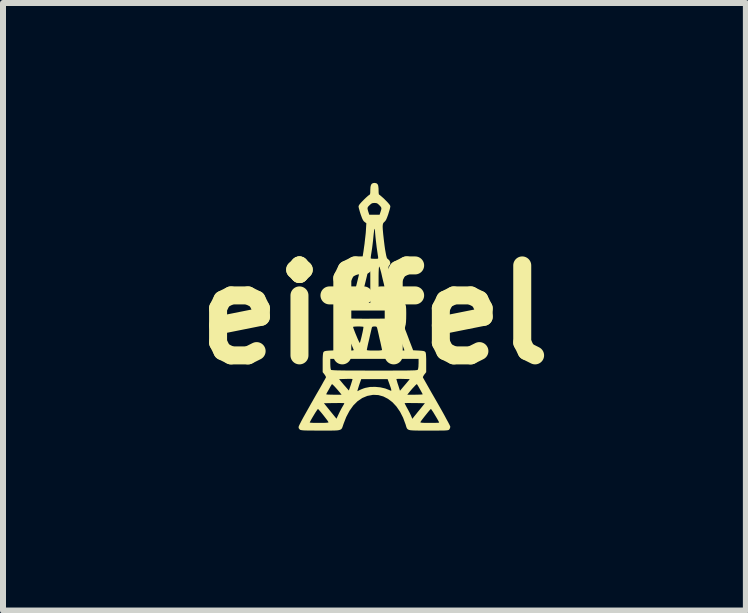
<source format=kicad_pcb>
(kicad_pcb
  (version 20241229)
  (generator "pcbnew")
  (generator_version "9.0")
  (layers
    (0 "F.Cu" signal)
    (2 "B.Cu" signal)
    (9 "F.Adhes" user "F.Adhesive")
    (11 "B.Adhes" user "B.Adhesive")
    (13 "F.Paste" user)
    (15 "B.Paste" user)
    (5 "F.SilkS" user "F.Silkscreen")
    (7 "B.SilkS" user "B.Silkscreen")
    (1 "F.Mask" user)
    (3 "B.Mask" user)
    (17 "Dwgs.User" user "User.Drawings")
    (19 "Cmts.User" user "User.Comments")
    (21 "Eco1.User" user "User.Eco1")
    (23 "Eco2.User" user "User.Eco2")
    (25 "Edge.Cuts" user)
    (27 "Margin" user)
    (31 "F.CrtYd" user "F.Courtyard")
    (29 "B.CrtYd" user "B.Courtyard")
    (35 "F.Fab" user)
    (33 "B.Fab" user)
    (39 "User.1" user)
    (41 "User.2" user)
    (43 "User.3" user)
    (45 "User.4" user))
  (footprint "eiffel"
    (layer "F.Cu")
    (at 3.193 2.197)
    (property "Reference" "eiffel" (at 0 0 0) (layer "F.SilkS") (effects (font (size 1.5 1.5) (thickness 0.3))))
    (attr board_only exclude_from_pos_files exclude_from_bom)
    (fp_poly (pts (xy 0.032 -2.192) (xy 0.051 -2.178) (xy 0.063 -2.151) (xy 0.068 -2.108) (xy 0.069 -2.077) (xy 0.07 -2.033) (xy 0.074 -2.007) (xy 0.08 -2.001) (xy 0.091 -1.994) (xy 0.112 -1.976) (xy 0.142 -1.95) (xy 0.176 -1.918) (xy 0.178 -1.915) (xy 0.218 -1.875) (xy 0.244 -1.845) (xy 0.26 -1.823) (xy 0.265 -1.807) (xy 0.265 -1.805) (xy 0.262 -1.786) (xy 0.254 -1.753) (xy 0.241 -1.711) (xy 0.23 -1.674) (xy 0.212 -1.624) (xy 0.197 -1.588) (xy 0.183 -1.565) (xy 0.169 -1.55) (xy 0.166 -1.547) (xy 0.153 -1.535) (xy 0.144 -1.52) (xy 0.139 -1.498) (xy 0.137 -1.468) (xy 0.139 -1.424) (xy 0.144 -1.366) (xy 0.147 -1.334) (xy 0.157 -1.245) (xy 0.167 -1.163) (xy 0.177 -1.091) (xy 0.188 -1.03) (xy 0.197 -0.983) (xy 0.206 -0.951) (xy 0.213 -0.937) (xy 0.213 -0.937) (xy 0.247 -0.908) (xy 0.263 -0.876) (xy 0.262 -0.844) (xy 0.247 -0.82) (xy 0.239 -0.81) (xy 0.235 -0.8) (xy 0.234 -0.786) (xy 0.237 -0.763) (xy 0.245 -0.728) (xy 0.255 -0.682) (xy 0.276 -0.592) (xy 0.301 -0.493) (xy 0.327 -0.393) (xy 0.353 -0.3) (xy 0.364 -0.262) (xy 0.383 -0.196) (xy 0.44 -0.196) (xy 0.471 -0.195) (xy 0.494 -0.192) (xy 0.51 -0.182) (xy 0.52 -0.164) (xy 0.526 -0.136) (xy 0.529 -0.094) (xy 0.53 -0.036) (xy 0.53 -0.008) (xy 0.529 0.068) (xy 0.526 0.126) (xy 0.521 0.166) (xy 0.516 0.183) (xy 0.509 0.214) (xy 0.51 0.239) (xy 0.51 0.24) (xy 0.516 0.256) (xy 0.528 0.286) (xy 0.544 0.328) (xy 0.563 0.378) (xy 0.581 0.427) (xy 0.645 0.593) (xy 0.74 0.598) (xy 0.786 0.601) (xy 0.816 0.605) (xy 0.835 0.611) (xy 0.846 0.619) (xy 0.849 0.622) (xy 0.855 0.635) (xy 0.859 0.657) (xy 0.861 0.691) (xy 0.863 0.739) (xy 0.863 0.8) (xy 0.863 0.958) (xy 0.833 0.996) (xy 0.817 1.02) (xy 0.808 1.039) (xy 0.808 1.044) (xy 0.813 1.055) (xy 0.828 1.081) (xy 0.85 1.12) (xy 0.879 1.171) (xy 0.914 1.233) (xy 0.953 1.302) (xy 0.997 1.378) (xy 1.039 1.451) (xy 1.085 1.532) (xy 1.128 1.608) (xy 1.167 1.678) (xy 1.2 1.74) (xy 1.228 1.791) (xy 1.249 1.831) (xy 1.261 1.857) (xy 1.265 1.867) (xy 1.26 1.892) (xy 1.25 1.91) (xy 1.245 1.916) (xy 1.24 1.921) (xy 1.231 1.924) (xy 1.217 1.927) (xy 1.196 1.929) (xy 1.165 1.931) (xy 1.124 1.931) (xy 1.068 1.932) (xy 0.998 1.932) (xy 0.91 1.932) (xy 0.903 1.932) (xy 0.811 1.932) (xy 0.736 1.932) (xy 0.677 1.931) (xy 0.631 1.929) (xy 0.597 1.926) (xy 0.573 1.92) (xy 0.556 1.911) (xy 0.544 1.899) (xy 0.536 1.883) (xy 0.529 1.863) (xy 0.522 1.838) (xy 0.52 1.831) (xy 0.506 1.794) (xy 0.765 1.794) (xy 0.775 1.799) (xy 0.803 1.802) (xy 0.85 1.804) (xy 0.914 1.804) (xy 0.922 1.804) (xy 0.975 1.804) (xy 1.02 1.803) (xy 1.055 1.802) (xy 1.075 1.8) (xy 1.079 1.798) (xy 1.074 1.786) (xy 1.061 1.762) (xy 1.043 1.73) (xy 1.021 1.693) (xy 0.998 1.655) (xy 0.977 1.62) (xy 0.958 1.593) (xy 0.946 1.575) (xy 0.941 1.571) (xy 0.932 1.58) (xy 0.913 1.601) (xy 0.889 1.63) (xy 0.861 1.665) (xy 0.832 1.701) (xy 0.805 1.736) (xy 0.783 1.765) (xy 0.769 1.786) (xy 0.765 1.794) (xy 0.506 1.794) (xy 0.478 1.718) (xy 0.427 1.618) (xy 0.367 1.531) (xy 0.314 1.474) (xy 0.504 1.474) (xy 0.507 1.484) (xy 0.518 1.506) (xy 0.534 1.537) (xy 0.544 1.555) (xy 0.567 1.597) (xy 0.59 1.641) (xy 0.607 1.677) (xy 0.61 1.684) (xy 0.632 1.736) (xy 0.653 1.709) (xy 0.667 1.691) (xy 0.691 1.662) (xy 0.72 1.625) (xy 0.753 1.585) (xy 0.758 1.579) (xy 0.841 1.476) (xy 0.674 1.473) (xy 0.619 1.473) (xy 0.571 1.472) (xy 0.534 1.473) (xy 0.51 1.473) (xy 0.504 1.474) (xy 0.314 1.474) (xy 0.3 1.459) (xy 0.226 1.403) (xy 0.148 1.363) (xy 0.065 1.34) (xy -0.02 1.336) (xy -0.028 1.337) (xy -0.119 1.354) (xy -0.203 1.389) (xy -0.281 1.442) (xy -0.352 1.513) (xy -0.415 1.601) (xy -0.47 1.705) (xy -0.515 1.82) (xy -0.525 1.85) (xy -0.533 1.874) (xy -0.541 1.892) (xy -0.552 1.907) (xy -0.568 1.917) (xy -0.59 1.924) (xy -0.622 1.929) (xy -0.664 1.931) (xy -0.719 1.932) (xy -0.789 1.932) (xy -0.877 1.932) (xy -0.897 1.932) (xy -0.987 1.932) (xy -1.06 1.931) (xy -1.117 1.931) (xy -1.161 1.93) (xy -1.193 1.928) (xy -1.216 1.925) (xy -1.231 1.922) (xy -1.241 1.918) (xy -1.243 1.917) (xy -1.262 1.893) (xy -1.265 1.874) (xy -1.26 1.857) (xy -1.245 1.825) (xy -1.231 1.798) (xy -1.079 1.798) (xy -1.07 1.8) (xy -1.044 1.802) (xy -1.005 1.804) (xy -0.957 1.804) (xy -0.922 1.804) (xy -0.856 1.804) (xy -0.807 1.802) (xy -0.777 1.799) (xy -0.765 1.795) (xy -0.765 1.794) (xy -0.771 1.784) (xy -0.786 1.761) (xy -0.809 1.731) (xy -0.836 1.696) (xy -0.865 1.659) (xy -0.893 1.625) (xy -0.917 1.597) (xy -0.934 1.578) (xy -0.941 1.571) (xy -0.948 1.578) (xy -0.962 1.598) (xy -0.982 1.628) (xy -1.004 1.664) (xy -1.027 1.702) (xy -1.048 1.738) (xy -1.065 1.769) (xy -1.076 1.79) (xy -1.079 1.798) (xy -1.231 1.798) (xy -1.22 1.776) (xy -1.185 1.711) (xy -1.14 1.631) (xy -1.086 1.535) (xy -1.053 1.476) (xy -0.842 1.476) (xy -0.738 1.605) (xy -0.633 1.734) (xy -0.593 1.649) (xy -0.572 1.606) (xy -0.55 1.564) (xy -0.531 1.531) (xy -0.526 1.522) (xy -0.511 1.497) (xy -0.503 1.479) (xy -0.503 1.475) (xy -0.514 1.474) (xy -0.541 1.473) (xy -0.581 1.472) (xy -0.631 1.473) (xy -0.675 1.473) (xy -0.842 1.476) (xy -1.053 1.476) (xy -1.039 1.452) (xy -0.993 1.371) (xy -0.968 1.327) (xy -0.804 1.327) (xy -0.795 1.33) (xy -0.77 1.332) (xy -0.732 1.333) (xy -0.686 1.334) (xy -0.676 1.334) (xy -0.548 1.334) (xy 0.548 1.334) (xy 0.676 1.334) (xy 0.723 1.333) (xy 0.763 1.332) (xy 0.791 1.33) (xy 0.804 1.328) (xy 0.804 1.327) (xy 0.8 1.317) (xy 0.788 1.295) (xy 0.771 1.264) (xy 0.752 1.231) (xy 0.734 1.199) (xy 0.719 1.174) (xy 0.709 1.159) (xy 0.708 1.157) (xy 0.7 1.162) (xy 0.682 1.178) (xy 0.658 1.204) (xy 0.629 1.235) (xy 0.6 1.269) (xy 0.577 1.297) (xy 0.548 1.334) (xy -0.548 1.334) (xy -0.577 1.297) (xy -0.595 1.276) (xy -0.285 1.276) (xy -0.248 1.257) (xy -0.217 1.243) (xy -0.178 1.228) (xy -0.152 1.22) (xy -0.075 1.205) (xy 0.011 1.203) (xy 0.098 1.211) (xy 0.18 1.23) (xy 0.247 1.256) (xy 0.266 1.265) (xy 0.278 1.268) (xy 0.282 1.262) (xy 0.279 1.244) (xy 0.27 1.213) (xy 0.253 1.166) (xy 0.252 1.162) (xy 0.22 1.074) (xy 0.000129 1.074) (xy -0.22 1.074) (xy -0.246 1.147) (xy -0.259 1.186) (xy -0.27 1.222) (xy -0.278 1.246) (xy -0.278 1.248) (xy -0.285 1.276) (xy -0.595 1.276) (xy -0.608 1.26) (xy -0.639 1.225) (xy -0.667 1.194) (xy -0.69 1.171) (xy -0.704 1.159) (xy -0.708 1.157) (xy -0.716 1.169) (xy -0.731 1.193) (xy -0.748 1.224) (xy -0.767 1.258) (xy -0.785 1.289) (xy -0.798 1.313) (xy -0.804 1.326) (xy -0.804 1.327) (xy -0.968 1.327) (xy -0.95 1.296) (xy -0.91 1.227) (xy -0.876 1.167) (xy -0.848 1.116) (xy -0.826 1.078) (xy -0.824 1.074) (xy -0.589 1.074) (xy -0.509 1.17) (xy -0.478 1.205) (xy -0.453 1.234) (xy -0.435 1.255) (xy -0.427 1.263) (xy -0.426 1.263) (xy -0.423 1.253) (xy -0.414 1.229) (xy -0.402 1.194) (xy -0.393 1.168) (xy -0.381 1.129) (xy -0.371 1.097) (xy -0.366 1.077) (xy -0.366 1.072) (xy -0.37 1.072) (xy 0.367 1.072) (xy 0.368 1.082) (xy 0.375 1.106) (xy 0.385 1.142) (xy 0.395 1.171) (xy 0.426 1.268) (xy 0.454 1.235) (xy 0.474 1.211) (xy 0.502 1.178) (xy 0.531 1.144) (xy 0.536 1.138) (xy 0.589 1.074) (xy 0.48 1.071) (xy 0.436 1.07) (xy 0.399 1.07) (xy 0.375 1.071) (xy 0.367 1.072) (xy -0.37 1.072) (xy -0.377 1.071) (xy -0.403 1.07) (xy -0.441 1.07) (xy -0.479 1.071) (xy -0.589 1.074) (xy -0.824 1.074) (xy -0.813 1.054) (xy -0.808 1.045) (xy -0.811 1.031) (xy -0.824 1.009) (xy -0.833 0.996) (xy -0.863 0.958) (xy -0.863 0.822) (xy -0.736 0.822) (xy -0.734 0.87) (xy -0.73 0.903) (xy -0.724 0.92) (xy -0.724 0.92) (xy -0.717 0.922) (xy -0.7 0.924) (xy -0.672 0.926) (xy -0.632 0.928) (xy -0.579 0.929) (xy -0.513 0.93) (xy -0.431 0.931) (xy -0.334 0.931) (xy -0.22 0.931) (xy -0.087 0.932) (xy 0.002 0.932) (xy 0.137 0.932) (xy 0.254 0.932) (xy 0.354 0.931) (xy 0.439 0.931) (xy 0.509 0.931) (xy 0.567 0.93) (xy 0.613 0.929) (xy 0.649 0.928) (xy 0.676 0.927) (xy 0.695 0.925) (xy 0.708 0.923) (xy 0.717 0.92) (xy 0.722 0.918) (xy 0.725 0.914) (xy 0.725 0.913) (xy 0.73 0.894) (xy 0.734 0.862) (xy 0.735 0.823) (xy 0.736 0.815) (xy 0.736 0.736) (xy -0.000001 0.736) (xy -0.736 0.736) (xy -0.736 0.822) (xy -0.863 0.822) (xy -0.863 0.8) (xy -0.863 0.735) (xy -0.861 0.688) (xy -0.858 0.655) (xy -0.854 0.634) (xy -0.849 0.622) (xy -0.839 0.613) (xy -0.824 0.607) (xy -0.798 0.602) (xy -0.758 0.599) (xy -0.739 0.598) (xy -0.66 0.594) (xy -0.5 0.594) (xy -0.491 0.596) (xy -0.467 0.597) (xy -0.433 0.598) (xy -0.421 0.598) (xy -0.38 0.597) (xy -0.356 0.595) (xy -0.346 0.59) (xy -0.346 0.589) (xy -0.127 0.589) (xy -0.118 0.593) (xy -0.092 0.596) (xy -0.051 0.598) (xy -0.000001 0.598) (xy 0.052 0.598) (xy 0.093 0.596) (xy 0.119 0.592) (xy 0.123 0.591) (xy 0.347 0.591) (xy 0.356 0.595) (xy 0.377 0.598) (xy 0.414 0.598) (xy 0.421 0.598) (xy 0.457 0.598) (xy 0.485 0.597) (xy 0.499 0.595) (xy 0.5 0.594) (xy 0.497 0.584) (xy 0.488 0.56) (xy 0.476 0.527) (xy 0.462 0.491) (xy 0.449 0.456) (xy 0.437 0.427) (xy 0.429 0.408) (xy 0.427 0.405) (xy 0.423 0.412) (xy 0.412 0.433) (xy 0.398 0.463) (xy 0.382 0.499) (xy 0.367 0.535) (xy 0.353 0.568) (xy 0.347 0.583) (xy 0.347 0.591) (xy 0.123 0.591) (xy 0.127 0.589) (xy 0.125 0.577) (xy 0.119 0.549) (xy 0.11 0.507) (xy 0.099 0.456) (xy 0.085 0.397) (xy 0.071 0.333) (xy 0.056 0.268) (xy 0.044 0.218) (xy 0.037 0.204) (xy 0.037 0.203) (xy 0.183 0.203) (xy 0.184 0.215) (xy 0.188 0.241) (xy 0.195 0.277) (xy 0.204 0.32) (xy 0.214 0.363) (xy 0.224 0.404) (xy 0.233 0.439) (xy 0.24 0.462) (xy 0.244 0.471) (xy 0.25 0.462) (xy 0.262 0.439) (xy 0.278 0.404) (xy 0.296 0.361) (xy 0.301 0.351) (xy 0.321 0.304) (xy 0.338 0.264) (xy 0.351 0.233) (xy 0.358 0.215) (xy 0.358 0.213) (xy 0.36 0.205) (xy 0.354 0.2) (xy 0.338 0.197) (xy 0.308 0.196) (xy 0.276 0.196) (xy 0.237 0.197) (xy 0.205 0.199) (xy 0.186 0.202) (xy 0.183 0.203) (xy 0.037 0.203) (xy 0.022 0.197) (xy -0.000001 0.196) (xy -0.026 0.198) (xy -0.039 0.206) (xy -0.044 0.218) (xy -0.059 0.282) (xy -0.074 0.347) (xy -0.088 0.41) (xy -0.102 0.468) (xy -0.113 0.517) (xy -0.121 0.556) (xy -0.126 0.581) (xy -0.127 0.589) (xy -0.346 0.589) (xy -0.346 0.586) (xy -0.368 0.533) (xy -0.389 0.485) (xy -0.406 0.446) (xy -0.419 0.419) (xy -0.426 0.405) (xy -0.427 0.404) (xy -0.432 0.414) (xy -0.441 0.438) (xy -0.454 0.47) (xy -0.468 0.506) (xy -0.481 0.541) (xy -0.492 0.571) (xy -0.499 0.59) (xy -0.5 0.594) (xy -0.66 0.594) (xy -0.643 0.593) (xy -0.574 0.406) (xy -0.55 0.342) (xy -0.533 0.294) (xy -0.521 0.259) (xy -0.514 0.234) (xy -0.511 0.215) (xy -0.512 0.203) (xy -0.356 0.203) (xy -0.354 0.215) (xy -0.345 0.24) (xy -0.332 0.274) (xy -0.316 0.315) (xy -0.298 0.358) (xy -0.281 0.399) (xy -0.265 0.434) (xy -0.253 0.459) (xy -0.245 0.47) (xy -0.245 0.471) (xy -0.24 0.462) (xy -0.233 0.437) (xy -0.223 0.4) (xy -0.212 0.355) (xy -0.209 0.341) (xy -0.198 0.293) (xy -0.19 0.252) (xy -0.185 0.221) (xy -0.183 0.205) (xy -0.183 0.203) (xy -0.194 0.2) (xy -0.22 0.198) (xy -0.256 0.196) (xy -0.27 0.196) (xy -0.308 0.197) (xy -0.337 0.199) (xy -0.354 0.202) (xy -0.356 0.203) (xy -0.512 0.203) (xy -0.512 0.201) (xy -0.515 0.189) (xy -0.516 0.185) (xy -0.521 0.16) (xy -0.525 0.118) (xy -0.528 0.06) (xy -0.529 -0.006) (xy -0.529 -0.007) (xy -0.402 -0.007) (xy -0.401 0.027) (xy -0.399 0.052) (xy -0.395 0.062) (xy -0.384 0.064) (xy -0.356 0.065) (xy -0.312 0.066) (xy -0.255 0.066) (xy -0.187 0.067) (xy -0.11 0.067) (xy -0.026 0.066) (xy 0.004 0.066) (xy 0.397 0.064) (xy 0.4 -0.002) (xy 0.403 -0.069) (xy 0.000447 -0.069) (xy -0.402 -0.069) (xy -0.402 -0.007) (xy -0.529 -0.007) (xy -0.529 -0.071) (xy -0.527 -0.12) (xy -0.523 -0.154) (xy -0.515 -0.176) (xy -0.502 -0.188) (xy -0.482 -0.194) (xy -0.455 -0.196) (xy -0.439 -0.196) (xy -0.383 -0.196) (xy -0.379 -0.212) (xy -0.235 -0.212) (xy -0.232 -0.204) (xy -0.221 -0.199) (xy -0.198 -0.197) (xy -0.16 -0.196) (xy -0.152 -0.196) (xy -0.069 -0.196) (xy -0.069 -0.501) (xy 0.069 -0.501) (xy 0.069 -0.196) (xy 0.152 -0.196) (xy 0.194 -0.197) (xy 0.219 -0.199) (xy 0.232 -0.204) (xy 0.235 -0.211) (xy 0.233 -0.225) (xy 0.226 -0.254) (xy 0.215 -0.295) (xy 0.202 -0.343) (xy 0.196 -0.365) (xy 0.178 -0.43) (xy 0.159 -0.506) (xy 0.14 -0.582) (xy 0.124 -0.65) (xy 0.124 -0.652) (xy 0.112 -0.703) (xy 0.1 -0.746) (xy 0.09 -0.78) (xy 0.083 -0.799) (xy 0.08 -0.802) (xy 0.077 -0.798) (xy 0.074 -0.781) (xy 0.072 -0.751) (xy 0.07 -0.705) (xy 0.069 -0.644) (xy 0.069 -0.565) (xy 0.069 -0.501) (xy -0.069 -0.501) (xy -0.069 -0.591) (xy -0.069 -0.663) (xy -0.07 -0.718) (xy -0.072 -0.758) (xy -0.074 -0.784) (xy -0.077 -0.798) (xy -0.08 -0.802) (xy -0.08 -0.802) (xy -0.088 -0.791) (xy -0.098 -0.766) (xy -0.106 -0.735) (xy -0.122 -0.66) (xy -0.142 -0.577) (xy -0.163 -0.492) (xy -0.183 -0.412) (xy -0.202 -0.343) (xy -0.207 -0.327) (xy -0.219 -0.284) (xy -0.228 -0.247) (xy -0.234 -0.221) (xy -0.235 -0.212) (xy -0.379 -0.212) (xy -0.363 -0.264) (xy -0.343 -0.335) (xy -0.32 -0.418) (xy -0.297 -0.508) (xy -0.275 -0.598) (xy -0.255 -0.682) (xy -0.244 -0.731) (xy -0.237 -0.765) (xy -0.234 -0.787) (xy -0.235 -0.801) (xy -0.24 -0.811) (xy -0.247 -0.82) (xy -0.261 -0.845) (xy -0.265 -0.866) (xy -0.259 -0.89) (xy -0.244 -0.913) (xy -0.226 -0.929) (xy -0.216 -0.932) (xy -0.206 -0.94) (xy -0.203 -0.947) (xy -0.062 -0.947) (xy -0.062 -0.939) (xy -0.051 -0.935) (xy -0.027 -0.933) (xy 0.003 -0.932) (xy 0.032 -0.932) (xy 0.054 -0.934) (xy 0.061 -0.937) (xy 0.062 -0.949) (xy 0.06 -0.973) (xy 0.057 -0.988) (xy 0.052 -1.023) (xy 0.045 -1.071) (xy 0.037 -1.126) (xy 0.03 -1.186) (xy 0.023 -1.245) (xy 0.017 -1.3) (xy 0.013 -1.346) (xy 0.01 -1.379) (xy 0.01 -1.39) (xy 0.008 -1.415) (xy 0.004 -1.43) (xy 0.002 -1.432) (xy -0.002 -1.423) (xy -0.006 -1.397) (xy -0.011 -1.359) (xy -0.016 -1.312) (xy -0.018 -1.292) (xy -0.024 -1.23) (xy -0.032 -1.164) (xy -0.04 -1.101) (xy -0.048 -1.05) (xy -0.048 -1.049) (xy -0.055 -1.006) (xy -0.06 -0.971) (xy -0.062 -0.947) (xy -0.203 -0.947) (xy -0.202 -0.949) (xy -0.196 -0.972) (xy -0.19 -1.011) (xy -0.182 -1.061) (xy -0.174 -1.12) (xy -0.165 -1.183) (xy -0.158 -1.247) (xy -0.151 -1.308) (xy -0.145 -1.362) (xy -0.142 -1.405) (xy -0.142 -1.408) (xy -0.135 -1.525) (xy -0.165 -1.547) (xy -0.18 -1.561) (xy -0.193 -1.581) (xy -0.207 -1.611) (xy -0.223 -1.655) (xy -0.23 -1.674) (xy -0.244 -1.719) (xy -0.255 -1.759) (xy -0.257 -1.765) (xy -0.115 -1.765) (xy -0.108 -1.736) (xy -0.102 -1.716) (xy -0.086 -1.667) (xy -0.000001 -1.667) (xy 0.086 -1.667) (xy 0.102 -1.716) (xy 0.113 -1.751) (xy 0.116 -1.775) (xy 0.11 -1.793) (xy 0.094 -1.813) (xy 0.081 -1.826) (xy 0.057 -1.849) (xy 0.035 -1.86) (xy 0.009 -1.863) (xy 0.001 -1.863) (xy -0.029 -1.861) (xy -0.051 -1.852) (xy -0.076 -1.831) (xy -0.08 -1.827) (xy -0.103 -1.804) (xy -0.114 -1.785) (xy -0.115 -1.765) (xy -0.257 -1.765) (xy -0.263 -1.79) (xy -0.265 -1.805) (xy -0.26 -1.821) (xy -0.245 -1.844) (xy -0.218 -1.875) (xy -0.179 -1.915) (xy -0.145 -1.948) (xy -0.115 -1.975) (xy -0.093 -1.993) (xy -0.081 -2.001) (xy -0.081 -2.001) (xy -0.074 -2.008) (xy -0.07 -2.03) (xy -0.069 -2.07) (xy -0.069 -2.079) (xy -0.066 -2.13) (xy -0.057 -2.165) (xy -0.041 -2.186) (xy -0.015 -2.196) (xy 0.004 -2.197)) (stroke (width 0) (type solid)) (fill yes) (layer "F.SilkS")))
  (gr_rect
    (start -3 -3)
    (end 9.386 7.129)
    (stroke (width 0.1) (type default))
    (fill no)
    (layer "Edge.Cuts")))
</source>
